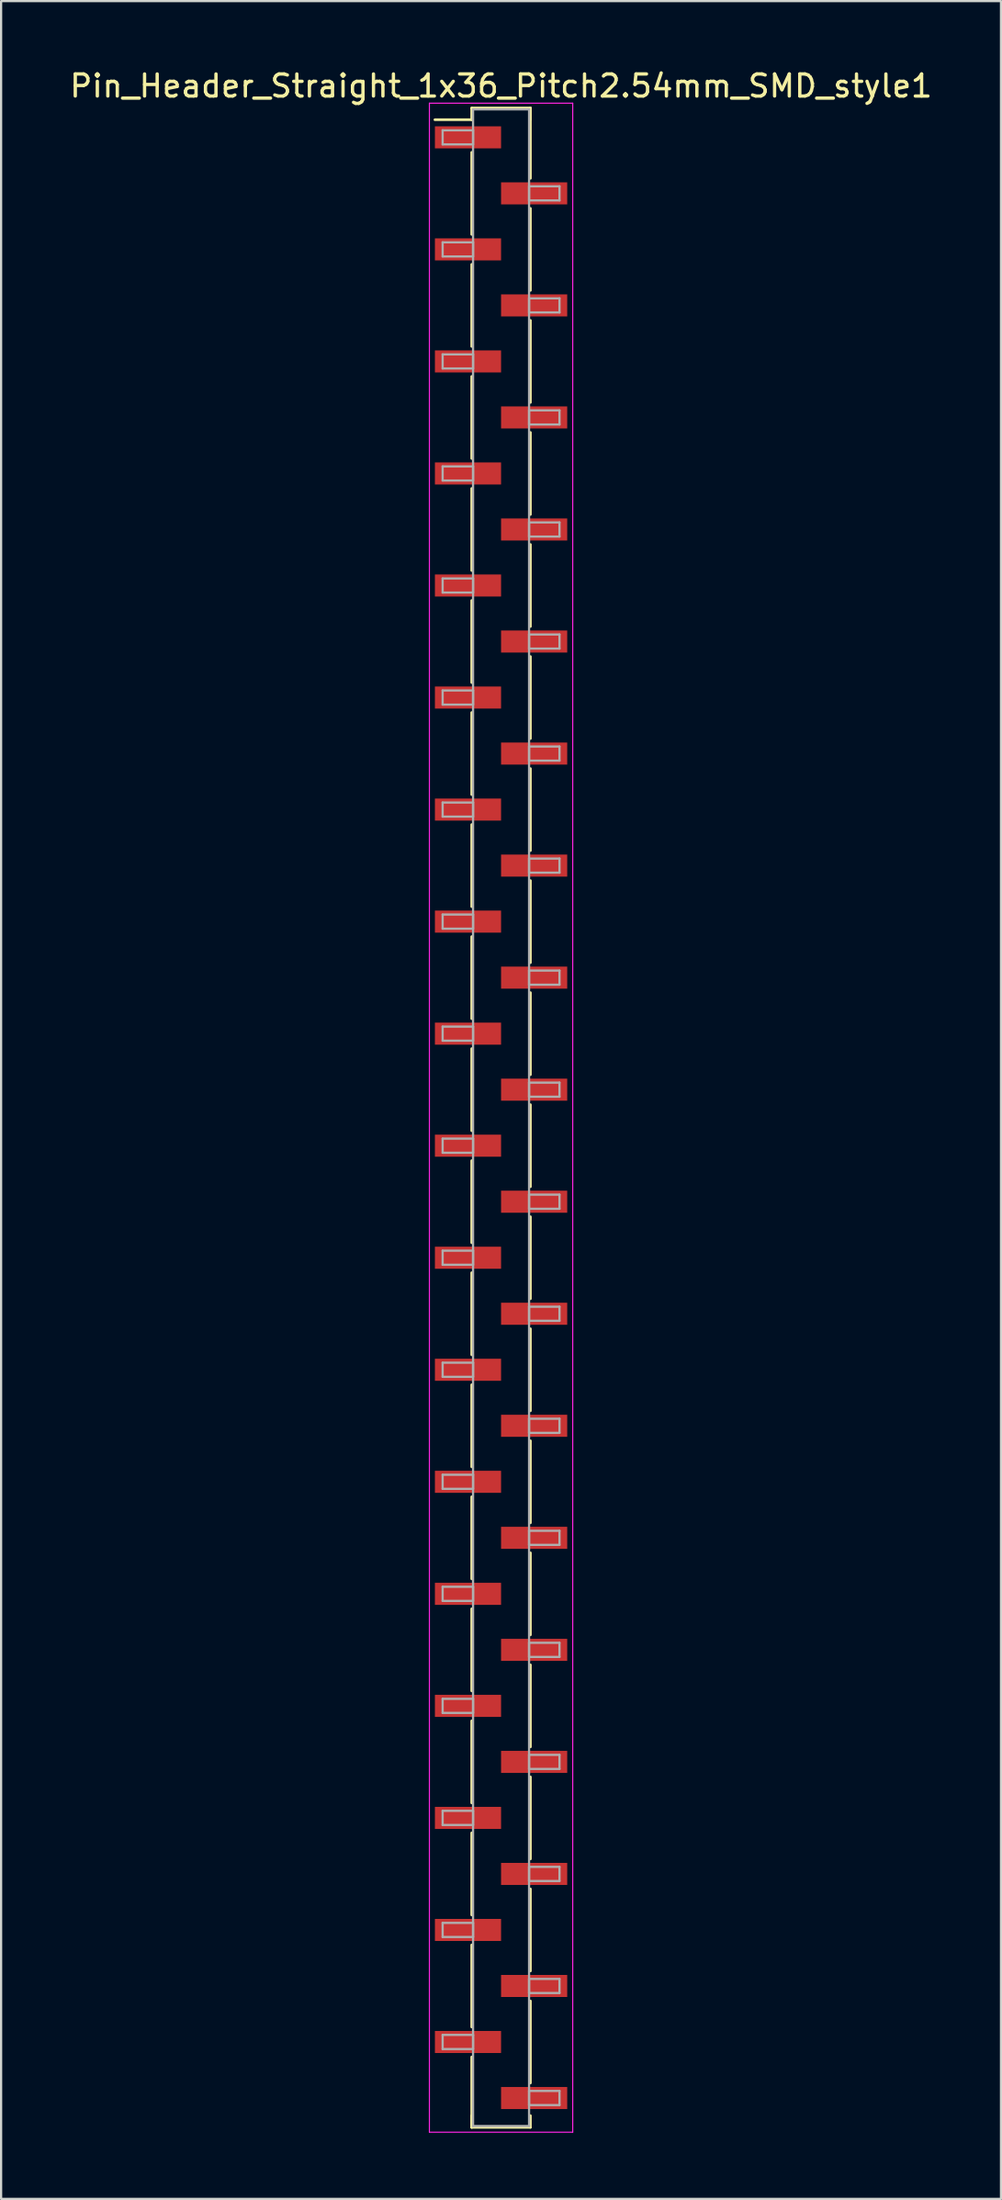
<source format=kicad_pcb>
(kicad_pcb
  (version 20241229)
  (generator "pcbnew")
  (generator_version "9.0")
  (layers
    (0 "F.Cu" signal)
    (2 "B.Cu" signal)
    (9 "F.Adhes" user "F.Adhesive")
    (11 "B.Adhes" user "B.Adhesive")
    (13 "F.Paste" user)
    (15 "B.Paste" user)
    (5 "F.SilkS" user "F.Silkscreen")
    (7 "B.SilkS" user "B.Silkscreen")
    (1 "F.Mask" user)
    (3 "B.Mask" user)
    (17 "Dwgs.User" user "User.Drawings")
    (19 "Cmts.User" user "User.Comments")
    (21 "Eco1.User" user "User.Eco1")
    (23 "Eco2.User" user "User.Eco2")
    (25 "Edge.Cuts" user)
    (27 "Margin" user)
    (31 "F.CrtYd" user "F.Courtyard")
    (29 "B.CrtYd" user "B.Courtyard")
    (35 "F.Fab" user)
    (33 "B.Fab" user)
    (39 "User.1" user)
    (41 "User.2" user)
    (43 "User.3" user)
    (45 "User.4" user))
  (footprint "Pin_Header_Straight_1x36_Pitch2.54mm_SMD_style1"
    (layer "F.Cu")
    (at 19.673 47.628)
    (property "Reference" "Pin_Header_Straight_1x36_Pitch2.54mm_SMD_style1" (at 0 -46.78 0) (layer "F.SilkS") (effects (font (size 1 1) (thickness 0.15))))
    (attr smd)
    (fp_line (start -1.33 -45.78) (end 1.33 -45.78) (stroke (width 0.12) (type solid)) (layer "F.SilkS"))
    (fp_line (start -1.33 -45.25) (end -3 -45.25) (stroke (width 0.12) (type solid)) (layer "F.SilkS"))
    (fp_line (start -1.33 -45.25) (end -1.33 -45.78) (stroke (width 0.12) (type solid)) (layer "F.SilkS"))
    (fp_line (start -1.33 -43.77) (end -1.33 -40.05) (stroke (width 0.12) (type solid)) (layer "F.SilkS"))
    (fp_line (start -1.33 -38.69) (end -1.33 -34.97) (stroke (width 0.12) (type solid)) (layer "F.SilkS"))
    (fp_line (start -1.33 -33.61) (end -1.33 -29.89) (stroke (width 0.12) (type solid)) (layer "F.SilkS"))
    (fp_line (start -1.33 -28.53) (end -1.33 -24.81) (stroke (width 0.12) (type solid)) (layer "F.SilkS"))
    (fp_line (start -1.33 -23.45) (end -1.33 -19.73) (stroke (width 0.12) (type solid)) (layer "F.SilkS"))
    (fp_line (start -1.33 -18.37) (end -1.33 -14.65) (stroke (width 0.12) (type solid)) (layer "F.SilkS"))
    (fp_line (start -1.33 -13.29) (end -1.33 -9.57) (stroke (width 0.12) (type solid)) (layer "F.SilkS"))
    (fp_line (start -1.33 -8.21) (end -1.33 -4.49) (stroke (width 0.12) (type solid)) (layer "F.SilkS"))
    (fp_line (start -1.33 -3.13) (end -1.33 0.59) (stroke (width 0.12) (type solid)) (layer "F.SilkS"))
    (fp_line (start -1.33 1.95) (end -1.33 5.67) (stroke (width 0.12) (type solid)) (layer "F.SilkS"))
    (fp_line (start -1.33 7.03) (end -1.33 10.75) (stroke (width 0.12) (type solid)) (layer "F.SilkS"))
    (fp_line (start -1.33 12.11) (end -1.33 15.83) (stroke (width 0.12) (type solid)) (layer "F.SilkS"))
    (fp_line (start -1.33 17.19) (end -1.33 20.91) (stroke (width 0.12) (type solid)) (layer "F.SilkS"))
    (fp_line (start -1.33 22.27) (end -1.33 25.99) (stroke (width 0.12) (type solid)) (layer "F.SilkS"))
    (fp_line (start -1.33 27.35) (end -1.33 31.07) (stroke (width 0.12) (type solid)) (layer "F.SilkS"))
    (fp_line (start -1.33 32.43) (end -1.33 36.15) (stroke (width 0.12) (type solid)) (layer "F.SilkS"))
    (fp_line (start -1.33 37.51) (end -1.33 41.23) (stroke (width 0.12) (type solid)) (layer "F.SilkS"))
    (fp_line (start -1.33 42.59) (end -1.33 45.78) (stroke (width 0.12) (type solid)) (layer "F.SilkS"))
    (fp_line (start -1.33 45.25) (end -1.33 45.78) (stroke (width 0.12) (type solid)) (layer "F.SilkS"))
    (fp_line (start -1.33 45.78) (end 1.33 45.78) (stroke (width 0.12) (type solid)) (layer "F.SilkS"))
    (fp_line (start 1.33 -45.78) (end 1.33 -45.25) (stroke (width 0.12) (type solid)) (layer "F.SilkS"))
    (fp_line (start 1.33 -45.78) (end 1.33 -42.59) (stroke (width 0.12) (type solid)) (layer "F.SilkS"))
    (fp_line (start 1.33 -41.23) (end 1.33 -37.51) (stroke (width 0.12) (type solid)) (layer "F.SilkS"))
    (fp_line (start 1.33 -36.15) (end 1.33 -32.43) (stroke (width 0.12) (type solid)) (layer "F.SilkS"))
    (fp_line (start 1.33 -31.07) (end 1.33 -27.35) (stroke (width 0.12) (type solid)) (layer "F.SilkS"))
    (fp_line (start 1.33 -25.99) (end 1.33 -22.27) (stroke (width 0.12) (type solid)) (layer "F.SilkS"))
    (fp_line (start 1.33 -20.91) (end 1.33 -17.19) (stroke (width 0.12) (type solid)) (layer "F.SilkS"))
    (fp_line (start 1.33 -15.83) (end 1.33 -12.11) (stroke (width 0.12) (type solid)) (layer "F.SilkS"))
    (fp_line (start 1.33 -10.75) (end 1.33 -7.03) (stroke (width 0.12) (type solid)) (layer "F.SilkS"))
    (fp_line (start 1.33 -5.67) (end 1.33 -1.95) (stroke (width 0.12) (type solid)) (layer "F.SilkS"))
    (fp_line (start 1.33 -0.59) (end 1.33 3.13) (stroke (width 0.12) (type solid)) (layer "F.SilkS"))
    (fp_line (start 1.33 4.49) (end 1.33 8.21) (stroke (width 0.12) (type solid)) (layer "F.SilkS"))
    (fp_line (start 1.33 9.57) (end 1.33 13.29) (stroke (width 0.12) (type solid)) (layer "F.SilkS"))
    (fp_line (start 1.33 14.65) (end 1.33 18.37) (stroke (width 0.12) (type solid)) (layer "F.SilkS"))
    (fp_line (start 1.33 19.73) (end 1.33 23.45) (stroke (width 0.12) (type solid)) (layer "F.SilkS"))
    (fp_line (start 1.33 24.81) (end 1.33 28.53) (stroke (width 0.12) (type solid)) (layer "F.SilkS"))
    (fp_line (start 1.33 29.89) (end 1.33 33.61) (stroke (width 0.12) (type solid)) (layer "F.SilkS"))
    (fp_line (start 1.33 34.97) (end 1.33 38.69) (stroke (width 0.12) (type solid)) (layer "F.SilkS"))
    (fp_line (start 1.33 40.05) (end 1.33 43.77) (stroke (width 0.12) (type solid)) (layer "F.SilkS"))
    (fp_line (start 1.33 45.78) (end 1.33 45.25) (stroke (width 0.12) (type solid)) (layer "F.SilkS"))
    (fp_line (start -3.25 -46) (end -3.25 46) (stroke (width 0.05) (type solid)) (layer "F.CrtYd"))
    (fp_line (start -3.25 46) (end 3.25 46) (stroke (width 0.05) (type solid)) (layer "F.CrtYd"))
    (fp_line (start 3.25 -46) (end -3.25 -46) (stroke (width 0.05) (type solid)) (layer "F.CrtYd"))
    (fp_line (start 3.25 46) (end 3.25 -46) (stroke (width 0.05) (type solid)) (layer "F.CrtYd"))
    (fp_line (start -2.65 -44.77) (end -1.27 -44.77) (stroke (width 0.1) (type solid)) (layer "F.Fab"))
    (fp_line (start -2.65 -44.13) (end -2.65 -44.77) (stroke (width 0.1) (type solid)) (layer "F.Fab"))
    (fp_line (start -2.65 -39.69) (end -1.27 -39.69) (stroke (width 0.1) (type solid)) (layer "F.Fab"))
    (fp_line (start -2.65 -39.05) (end -2.65 -39.69) (stroke (width 0.1) (type solid)) (layer "F.Fab"))
    (fp_line (start -2.65 -34.61) (end -1.27 -34.61) (stroke (width 0.1) (type solid)) (layer "F.Fab"))
    (fp_line (start -2.65 -33.97) (end -2.65 -34.61) (stroke (width 0.1) (type solid)) (layer "F.Fab"))
    (fp_line (start -2.65 -29.53) (end -1.27 -29.53) (stroke (width 0.1) (type solid)) (layer "F.Fab"))
    (fp_line (start -2.65 -28.89) (end -2.65 -29.53) (stroke (width 0.1) (type solid)) (layer "F.Fab"))
    (fp_line (start -2.65 -24.45) (end -1.27 -24.45) (stroke (width 0.1) (type solid)) (layer "F.Fab"))
    (fp_line (start -2.65 -23.81) (end -2.65 -24.45) (stroke (width 0.1) (type solid)) (layer "F.Fab"))
    (fp_line (start -2.65 -19.37) (end -1.27 -19.37) (stroke (width 0.1) (type solid)) (layer "F.Fab"))
    (fp_line (start -2.65 -18.73) (end -2.65 -19.37) (stroke (width 0.1) (type solid)) (layer "F.Fab"))
    (fp_line (start -2.65 -14.29) (end -1.27 -14.29) (stroke (width 0.1) (type solid)) (layer "F.Fab"))
    (fp_line (start -2.65 -13.65) (end -2.65 -14.29) (stroke (width 0.1) (type solid)) (layer "F.Fab"))
    (fp_line (start -2.65 -9.21) (end -1.27 -9.21) (stroke (width 0.1) (type solid)) (layer "F.Fab"))
    (fp_line (start -2.65 -8.57) (end -2.65 -9.21) (stroke (width 0.1) (type solid)) (layer "F.Fab"))
    (fp_line (start -2.65 -4.13) (end -1.27 -4.13) (stroke (width 0.1) (type solid)) (layer "F.Fab"))
    (fp_line (start -2.65 -3.49) (end -2.65 -4.13) (stroke (width 0.1) (type solid)) (layer "F.Fab"))
    (fp_line (start -2.65 0.95) (end -1.27 0.95) (stroke (width 0.1) (type solid)) (layer "F.Fab"))
    (fp_line (start -2.65 1.59) (end -2.65 0.95) (stroke (width 0.1) (type solid)) (layer "F.Fab"))
    (fp_line (start -2.65 6.03) (end -1.27 6.03) (stroke (width 0.1) (type solid)) (layer "F.Fab"))
    (fp_line (start -2.65 6.67) (end -2.65 6.03) (stroke (width 0.1) (type solid)) (layer "F.Fab"))
    (fp_line (start -2.65 11.11) (end -1.27 11.11) (stroke (width 0.1) (type solid)) (layer "F.Fab"))
    (fp_line (start -2.65 11.75) (end -2.65 11.11) (stroke (width 0.1) (type solid)) (layer "F.Fab"))
    (fp_line (start -2.65 16.19) (end -1.27 16.19) (stroke (width 0.1) (type solid)) (layer "F.Fab"))
    (fp_line (start -2.65 16.83) (end -2.65 16.19) (stroke (width 0.1) (type solid)) (layer "F.Fab"))
    (fp_line (start -2.65 21.27) (end -1.27 21.27) (stroke (width 0.1) (type solid)) (layer "F.Fab"))
    (fp_line (start -2.65 21.91) (end -2.65 21.27) (stroke (width 0.1) (type solid)) (layer "F.Fab"))
    (fp_line (start -2.65 26.35) (end -1.27 26.35) (stroke (width 0.1) (type solid)) (layer "F.Fab"))
    (fp_line (start -2.65 26.99) (end -2.65 26.35) (stroke (width 0.1) (type solid)) (layer "F.Fab"))
    (fp_line (start -2.65 31.43) (end -1.27 31.43) (stroke (width 0.1) (type solid)) (layer "F.Fab"))
    (fp_line (start -2.65 32.07) (end -2.65 31.43) (stroke (width 0.1) (type solid)) (layer "F.Fab"))
    (fp_line (start -2.65 36.51) (end -1.27 36.51) (stroke (width 0.1) (type solid)) (layer "F.Fab"))
    (fp_line (start -2.65 37.15) (end -2.65 36.51) (stroke (width 0.1) (type solid)) (layer "F.Fab"))
    (fp_line (start -2.65 41.59) (end -1.27 41.59) (stroke (width 0.1) (type solid)) (layer "F.Fab"))
    (fp_line (start -2.65 42.23) (end -2.65 41.59) (stroke (width 0.1) (type solid)) (layer "F.Fab"))
    (fp_line (start -1.27 -45.72) (end -1.27 45.72) (stroke (width 0.1) (type solid)) (layer "F.Fab"))
    (fp_line (start -1.27 -44.77) (end -1.27 -44.13) (stroke (width 0.1) (type solid)) (layer "F.Fab"))
    (fp_line (start -1.27 -44.13) (end -2.65 -44.13) (stroke (width 0.1) (type solid)) (layer "F.Fab"))
    (fp_line (start -1.27 -39.69) (end -1.27 -39.05) (stroke (width 0.1) (type solid)) (layer "F.Fab"))
    (fp_line (start -1.27 -39.05) (end -2.65 -39.05) (stroke (width 0.1) (type solid)) (layer "F.Fab"))
    (fp_line (start -1.27 -34.61) (end -1.27 -33.97) (stroke (width 0.1) (type solid)) (layer "F.Fab"))
    (fp_line (start -1.27 -33.97) (end -2.65 -33.97) (stroke (width 0.1) (type solid)) (layer "F.Fab"))
    (fp_line (start -1.27 -29.53) (end -1.27 -28.89) (stroke (width 0.1) (type solid)) (layer "F.Fab"))
    (fp_line (start -1.27 -28.89) (end -2.65 -28.89) (stroke (width 0.1) (type solid)) (layer "F.Fab"))
    (fp_line (start -1.27 -24.45) (end -1.27 -23.81) (stroke (width 0.1) (type solid)) (layer "F.Fab"))
    (fp_line (start -1.27 -23.81) (end -2.65 -23.81) (stroke (width 0.1) (type solid)) (layer "F.Fab"))
    (fp_line (start -1.27 -19.37) (end -1.27 -18.73) (stroke (width 0.1) (type solid)) (layer "F.Fab"))
    (fp_line (start -1.27 -18.73) (end -2.65 -18.73) (stroke (width 0.1) (type solid)) (layer "F.Fab"))
    (fp_line (start -1.27 -14.29) (end -1.27 -13.65) (stroke (width 0.1) (type solid)) (layer "F.Fab"))
    (fp_line (start -1.27 -13.65) (end -2.65 -13.65) (stroke (width 0.1) (type solid)) (layer "F.Fab"))
    (fp_line (start -1.27 -9.21) (end -1.27 -8.57) (stroke (width 0.1) (type solid)) (layer "F.Fab"))
    (fp_line (start -1.27 -8.57) (end -2.65 -8.57) (stroke (width 0.1) (type solid)) (layer "F.Fab"))
    (fp_line (start -1.27 -4.13) (end -1.27 -3.49) (stroke (width 0.1) (type solid)) (layer "F.Fab"))
    (fp_line (start -1.27 -3.49) (end -2.65 -3.49) (stroke (width 0.1) (type solid)) (layer "F.Fab"))
    (fp_line (start -1.27 0.95) (end -1.27 1.59) (stroke (width 0.1) (type solid)) (layer "F.Fab"))
    (fp_line (start -1.27 1.59) (end -2.65 1.59) (stroke (width 0.1) (type solid)) (layer "F.Fab"))
    (fp_line (start -1.27 6.03) (end -1.27 6.67) (stroke (width 0.1) (type solid)) (layer "F.Fab"))
    (fp_line (start -1.27 6.67) (end -2.65 6.67) (stroke (width 0.1) (type solid)) (layer "F.Fab"))
    (fp_line (start -1.27 11.11) (end -1.27 11.75) (stroke (width 0.1) (type solid)) (layer "F.Fab"))
    (fp_line (start -1.27 11.75) (end -2.65 11.75) (stroke (width 0.1) (type solid)) (layer "F.Fab"))
    (fp_line (start -1.27 16.19) (end -1.27 16.83) (stroke (width 0.1) (type solid)) (layer "F.Fab"))
    (fp_line (start -1.27 16.83) (end -2.65 16.83) (stroke (width 0.1) (type solid)) (layer "F.Fab"))
    (fp_line (start -1.27 21.27) (end -1.27 21.91) (stroke (width 0.1) (type solid)) (layer "F.Fab"))
    (fp_line (start -1.27 21.91) (end -2.65 21.91) (stroke (width 0.1) (type solid)) (layer "F.Fab"))
    (fp_line (start -1.27 26.35) (end -1.27 26.99) (stroke (width 0.1) (type solid)) (layer "F.Fab"))
    (fp_line (start -1.27 26.99) (end -2.65 26.99) (stroke (width 0.1) (type solid)) (layer "F.Fab"))
    (fp_line (start -1.27 31.43) (end -1.27 32.07) (stroke (width 0.1) (type solid)) (layer "F.Fab"))
    (fp_line (start -1.27 32.07) (end -2.65 32.07) (stroke (width 0.1) (type solid)) (layer "F.Fab"))
    (fp_line (start -1.27 36.51) (end -1.27 37.15) (stroke (width 0.1) (type solid)) (layer "F.Fab"))
    (fp_line (start -1.27 37.15) (end -2.65 37.15) (stroke (width 0.1) (type solid)) (layer "F.Fab"))
    (fp_line (start -1.27 41.59) (end -1.27 42.23) (stroke (width 0.1) (type solid)) (layer "F.Fab"))
    (fp_line (start -1.27 42.23) (end -2.65 42.23) (stroke (width 0.1) (type solid)) (layer "F.Fab"))
    (fp_line (start -1.27 45.72) (end 1.27 45.72) (stroke (width 0.1) (type solid)) (layer "F.Fab"))
    (fp_line (start 1.27 -45.72) (end -1.27 -45.72) (stroke (width 0.1) (type solid)) (layer "F.Fab"))
    (fp_line (start 1.27 -42.23) (end 1.27 -41.59) (stroke (width 0.1) (type solid)) (layer "F.Fab"))
    (fp_line (start 1.27 -41.59) (end 2.65 -41.59) (stroke (width 0.1) (type solid)) (layer "F.Fab"))
    (fp_line (start 1.27 -37.15) (end 1.27 -36.51) (stroke (width 0.1) (type solid)) (layer "F.Fab"))
    (fp_line (start 1.27 -36.51) (end 2.65 -36.51) (stroke (width 0.1) (type solid)) (layer "F.Fab"))
    (fp_line (start 1.27 -32.07) (end 1.27 -31.43) (stroke (width 0.1) (type solid)) (layer "F.Fab"))
    (fp_line (start 1.27 -31.43) (end 2.65 -31.43) (stroke (width 0.1) (type solid)) (layer "F.Fab"))
    (fp_line (start 1.27 -26.99) (end 1.27 -26.35) (stroke (width 0.1) (type solid)) (layer "F.Fab"))
    (fp_line (start 1.27 -26.35) (end 2.65 -26.35) (stroke (width 0.1) (type solid)) (layer "F.Fab"))
    (fp_line (start 1.27 -21.91) (end 1.27 -21.27) (stroke (width 0.1) (type solid)) (layer "F.Fab"))
    (fp_line (start 1.27 -21.27) (end 2.65 -21.27) (stroke (width 0.1) (type solid)) (layer "F.Fab"))
    (fp_line (start 1.27 -16.83) (end 1.27 -16.19) (stroke (width 0.1) (type solid)) (layer "F.Fab"))
    (fp_line (start 1.27 -16.19) (end 2.65 -16.19) (stroke (width 0.1) (type solid)) (layer "F.Fab"))
    (fp_line (start 1.27 -11.75) (end 1.27 -11.11) (stroke (width 0.1) (type solid)) (layer "F.Fab"))
    (fp_line (start 1.27 -11.11) (end 2.65 -11.11) (stroke (width 0.1) (type solid)) (layer "F.Fab"))
    (fp_line (start 1.27 -6.67) (end 1.27 -6.03) (stroke (width 0.1) (type solid)) (layer "F.Fab"))
    (fp_line (start 1.27 -6.03) (end 2.65 -6.03) (stroke (width 0.1) (type solid)) (layer "F.Fab"))
    (fp_line (start 1.27 -1.59) (end 1.27 -0.95) (stroke (width 0.1) (type solid)) (layer "F.Fab"))
    (fp_line (start 1.27 -0.95) (end 2.65 -0.95) (stroke (width 0.1) (type solid)) (layer "F.Fab"))
    (fp_line (start 1.27 3.49) (end 1.27 4.13) (stroke (width 0.1) (type solid)) (layer "F.Fab"))
    (fp_line (start 1.27 4.13) (end 2.65 4.13) (stroke (width 0.1) (type solid)) (layer "F.Fab"))
    (fp_line (start 1.27 8.57) (end 1.27 9.21) (stroke (width 0.1) (type solid)) (layer "F.Fab"))
    (fp_line (start 1.27 9.21) (end 2.65 9.21) (stroke (width 0.1) (type solid)) (layer "F.Fab"))
    (fp_line (start 1.27 13.65) (end 1.27 14.29) (stroke (width 0.1) (type solid)) (layer "F.Fab"))
    (fp_line (start 1.27 14.29) (end 2.65 14.29) (stroke (width 0.1) (type solid)) (layer "F.Fab"))
    (fp_line (start 1.27 18.73) (end 1.27 19.37) (stroke (width 0.1) (type solid)) (layer "F.Fab"))
    (fp_line (start 1.27 19.37) (end 2.65 19.37) (stroke (width 0.1) (type solid)) (layer "F.Fab"))
    (fp_line (start 1.27 23.81) (end 1.27 24.45) (stroke (width 0.1) (type solid)) (layer "F.Fab"))
    (fp_line (start 1.27 24.45) (end 2.65 24.45) (stroke (width 0.1) (type solid)) (layer "F.Fab"))
    (fp_line (start 1.27 28.89) (end 1.27 29.53) (stroke (width 0.1) (type solid)) (layer "F.Fab"))
    (fp_line (start 1.27 29.53) (end 2.65 29.53) (stroke (width 0.1) (type solid)) (layer "F.Fab"))
    (fp_line (start 1.27 33.97) (end 1.27 34.61) (stroke (width 0.1) (type solid)) (layer "F.Fab"))
    (fp_line (start 1.27 34.61) (end 2.65 34.61) (stroke (width 0.1) (type solid)) (layer "F.Fab"))
    (fp_line (start 1.27 39.05) (end 1.27 39.69) (stroke (width 0.1) (type solid)) (layer "F.Fab"))
    (fp_line (start 1.27 39.69) (end 2.65 39.69) (stroke (width 0.1) (type solid)) (layer "F.Fab"))
    (fp_line (start 1.27 44.13) (end 1.27 44.77) (stroke (width 0.1) (type solid)) (layer "F.Fab"))
    (fp_line (start 1.27 44.77) (end 2.65 44.77) (stroke (width 0.1) (type solid)) (layer "F.Fab"))
    (fp_line (start 1.27 45.72) (end 1.27 -45.72) (stroke (width 0.1) (type solid)) (layer "F.Fab"))
    (fp_line (start 2.65 -42.23) (end 1.27 -42.23) (stroke (width 0.1) (type solid)) (layer "F.Fab"))
    (fp_line (start 2.65 -41.59) (end 2.65 -42.23) (stroke (width 0.1) (type solid)) (layer "F.Fab"))
    (fp_line (start 2.65 -37.15) (end 1.27 -37.15) (stroke (width 0.1) (type solid)) (layer "F.Fab"))
    (fp_line (start 2.65 -36.51) (end 2.65 -37.15) (stroke (width 0.1) (type solid)) (layer "F.Fab"))
    (fp_line (start 2.65 -32.07) (end 1.27 -32.07) (stroke (width 0.1) (type solid)) (layer "F.Fab"))
    (fp_line (start 2.65 -31.43) (end 2.65 -32.07) (stroke (width 0.1) (type solid)) (layer "F.Fab"))
    (fp_line (start 2.65 -26.99) (end 1.27 -26.99) (stroke (width 0.1) (type solid)) (layer "F.Fab"))
    (fp_line (start 2.65 -26.35) (end 2.65 -26.99) (stroke (width 0.1) (type solid)) (layer "F.Fab"))
    (fp_line (start 2.65 -21.91) (end 1.27 -21.91) (stroke (width 0.1) (type solid)) (layer "F.Fab"))
    (fp_line (start 2.65 -21.27) (end 2.65 -21.91) (stroke (width 0.1) (type solid)) (layer "F.Fab"))
    (fp_line (start 2.65 -16.83) (end 1.27 -16.83) (stroke (width 0.1) (type solid)) (layer "F.Fab"))
    (fp_line (start 2.65 -16.19) (end 2.65 -16.83) (stroke (width 0.1) (type solid)) (layer "F.Fab"))
    (fp_line (start 2.65 -11.75) (end 1.27 -11.75) (stroke (width 0.1) (type solid)) (layer "F.Fab"))
    (fp_line (start 2.65 -11.11) (end 2.65 -11.75) (stroke (width 0.1) (type solid)) (layer "F.Fab"))
    (fp_line (start 2.65 -6.67) (end 1.27 -6.67) (stroke (width 0.1) (type solid)) (layer "F.Fab"))
    (fp_line (start 2.65 -6.03) (end 2.65 -6.67) (stroke (width 0.1) (type solid)) (layer "F.Fab"))
    (fp_line (start 2.65 -1.59) (end 1.27 -1.59) (stroke (width 0.1) (type solid)) (layer "F.Fab"))
    (fp_line (start 2.65 -0.95) (end 2.65 -1.59) (stroke (width 0.1) (type solid)) (layer "F.Fab"))
    (fp_line (start 2.65 3.49) (end 1.27 3.49) (stroke (width 0.1) (type solid)) (layer "F.Fab"))
    (fp_line (start 2.65 4.13) (end 2.65 3.49) (stroke (width 0.1) (type solid)) (layer "F.Fab"))
    (fp_line (start 2.65 8.57) (end 1.27 8.57) (stroke (width 0.1) (type solid)) (layer "F.Fab"))
    (fp_line (start 2.65 9.21) (end 2.65 8.57) (stroke (width 0.1) (type solid)) (layer "F.Fab"))
    (fp_line (start 2.65 13.65) (end 1.27 13.65) (stroke (width 0.1) (type solid)) (layer "F.Fab"))
    (fp_line (start 2.65 14.29) (end 2.65 13.65) (stroke (width 0.1) (type solid)) (layer "F.Fab"))
    (fp_line (start 2.65 18.73) (end 1.27 18.73) (stroke (width 0.1) (type solid)) (layer "F.Fab"))
    (fp_line (start 2.65 19.37) (end 2.65 18.73) (stroke (width 0.1) (type solid)) (layer "F.Fab"))
    (fp_line (start 2.65 23.81) (end 1.27 23.81) (stroke (width 0.1) (type solid)) (layer "F.Fab"))
    (fp_line (start 2.65 24.45) (end 2.65 23.81) (stroke (width 0.1) (type solid)) (layer "F.Fab"))
    (fp_line (start 2.65 28.89) (end 1.27 28.89) (stroke (width 0.1) (type solid)) (layer "F.Fab"))
    (fp_line (start 2.65 29.53) (end 2.65 28.89) (stroke (width 0.1) (type solid)) (layer "F.Fab"))
    (fp_line (start 2.65 33.97) (end 1.27 33.97) (stroke (width 0.1) (type solid)) (layer "F.Fab"))
    (fp_line (start 2.65 34.61) (end 2.65 33.97) (stroke (width 0.1) (type solid)) (layer "F.Fab"))
    (fp_line (start 2.65 39.05) (end 1.27 39.05) (stroke (width 0.1) (type solid)) (layer "F.Fab"))
    (fp_line (start 2.65 39.69) (end 2.65 39.05) (stroke (width 0.1) (type solid)) (layer "F.Fab"))
    (fp_line (start 2.65 44.13) (end 1.27 44.13) (stroke (width 0.1) (type solid)) (layer "F.Fab"))
    (fp_line (start 2.65 44.77) (end 2.65 44.13) (stroke (width 0.1) (type solid)) (layer "F.Fab"))
    (pad "1" smd rect (at -1.5 -44.45) (size 3 1) (layers "F.Cu" "F.Mask"))
    (pad "2" smd rect (at 1.5 -41.91) (size 3 1) (layers "F.Cu" "F.Mask"))
    (pad "3" smd rect (at -1.5 -39.37) (size 3 1) (layers "F.Cu" "F.Mask"))
    (pad "4" smd rect (at 1.5 -36.83) (size 3 1) (layers "F.Cu" "F.Mask"))
    (pad "5" smd rect (at -1.5 -34.29) (size 3 1) (layers "F.Cu" "F.Mask"))
    (pad "6" smd rect (at 1.5 -31.75) (size 3 1) (layers "F.Cu" "F.Mask"))
    (pad "7" smd rect (at -1.5 -29.21) (size 3 1) (layers "F.Cu" "F.Mask"))
    (pad "8" smd rect (at 1.5 -26.67) (size 3 1) (layers "F.Cu" "F.Mask"))
    (pad "9" smd rect (at -1.5 -24.13) (size 3 1) (layers "F.Cu" "F.Mask"))
    (pad "10" smd rect (at 1.5 -21.59) (size 3 1) (layers "F.Cu" "F.Mask"))
    (pad "11" smd rect (at -1.5 -19.05) (size 3 1) (layers "F.Cu" "F.Mask"))
    (pad "12" smd rect (at 1.5 -16.51) (size 3 1) (layers "F.Cu" "F.Mask"))
    (pad "13" smd rect (at -1.5 -13.97) (size 3 1) (layers "F.Cu" "F.Mask"))
    (pad "14" smd rect (at 1.5 -11.43) (size 3 1) (layers "F.Cu" "F.Mask"))
    (pad "15" smd rect (at -1.5 -8.89) (size 3 1) (layers "F.Cu" "F.Mask"))
    (pad "16" smd rect (at 1.5 -6.35) (size 3 1) (layers "F.Cu" "F.Mask"))
    (pad "17" smd rect (at -1.5 -3.81) (size 3 1) (layers "F.Cu" "F.Mask"))
    (pad "18" smd rect (at 1.5 -1.27) (size 3 1) (layers "F.Cu" "F.Mask"))
    (pad "19" smd rect (at -1.5 1.27) (size 3 1) (layers "F.Cu" "F.Mask"))
    (pad "20" smd rect (at 1.5 3.81) (size 3 1) (layers "F.Cu" "F.Mask"))
    (pad "21" smd rect (at -1.5 6.35) (size 3 1) (layers "F.Cu" "F.Mask"))
    (pad "22" smd rect (at 1.5 8.89) (size 3 1) (layers "F.Cu" "F.Mask"))
    (pad "23" smd rect (at -1.5 11.43) (size 3 1) (layers "F.Cu" "F.Mask"))
    (pad "24" smd rect (at 1.5 13.97) (size 3 1) (layers "F.Cu" "F.Mask"))
    (pad "25" smd rect (at -1.5 16.51) (size 3 1) (layers "F.Cu" "F.Mask"))
    (pad "26" smd rect (at 1.5 19.05) (size 3 1) (layers "F.Cu" "F.Mask"))
    (pad "27" smd rect (at -1.5 21.59) (size 3 1) (layers "F.Cu" "F.Mask"))
    (pad "28" smd rect (at 1.5 24.13) (size 3 1) (layers "F.Cu" "F.Mask"))
    (pad "29" smd rect (at -1.5 26.67) (size 3 1) (layers "F.Cu" "F.Mask"))
    (pad "30" smd rect (at 1.5 29.21) (size 3 1) (layers "F.Cu" "F.Mask"))
    (pad "31" smd rect (at -1.5 31.75) (size 3 1) (layers "F.Cu" "F.Mask"))
    (pad "32" smd rect (at 1.5 34.29) (size 3 1) (layers "F.Cu" "F.Mask"))
    (pad "33" smd rect (at -1.5 36.83) (size 3 1) (layers "F.Cu" "F.Mask"))
    (pad "34" smd rect (at 1.5 39.37) (size 3 1) (layers "F.Cu" "F.Mask"))
    (pad "35" smd rect (at -1.5 41.91) (size 3 1) (layers "F.Cu" "F.Mask"))
    (pad "36" smd rect (at 1.5 44.45) (size 3 1) (layers "F.Cu" "F.Mask")))
  (gr_rect
    (start -3 -3)
    (end 42.345 96.653)
    (stroke (width 0.1) (type default))
    (fill no)
    (layer "Edge.Cuts")))
</source>
